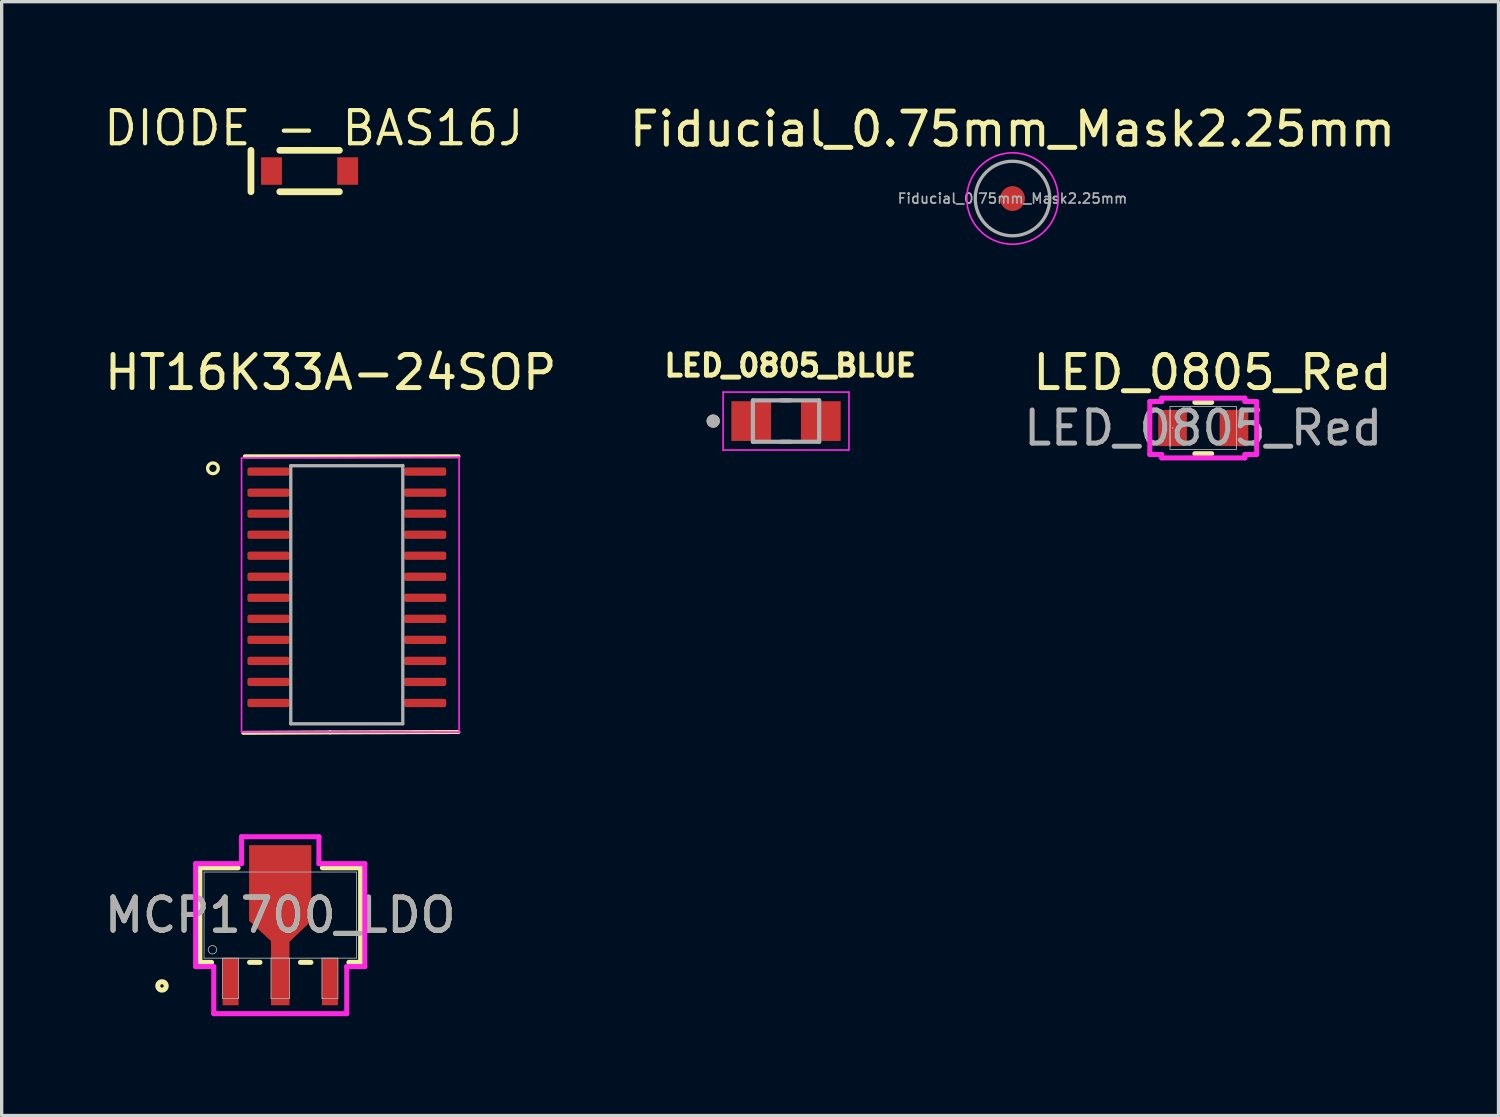
<source format=kicad_pcb>
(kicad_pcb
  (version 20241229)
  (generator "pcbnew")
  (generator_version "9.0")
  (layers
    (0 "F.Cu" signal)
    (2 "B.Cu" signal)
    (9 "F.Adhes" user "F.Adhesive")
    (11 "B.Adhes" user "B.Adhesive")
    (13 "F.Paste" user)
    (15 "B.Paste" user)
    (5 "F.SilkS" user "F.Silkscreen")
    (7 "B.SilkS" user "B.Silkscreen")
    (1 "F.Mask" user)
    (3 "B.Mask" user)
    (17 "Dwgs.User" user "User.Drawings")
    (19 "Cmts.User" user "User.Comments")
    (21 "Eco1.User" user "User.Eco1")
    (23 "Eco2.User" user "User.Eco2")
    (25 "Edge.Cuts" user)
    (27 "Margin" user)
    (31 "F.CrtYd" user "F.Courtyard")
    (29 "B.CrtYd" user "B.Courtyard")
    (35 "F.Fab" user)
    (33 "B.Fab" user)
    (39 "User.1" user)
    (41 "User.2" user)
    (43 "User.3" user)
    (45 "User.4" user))
  (footprint "Fiducial_0.75mm_Mask2.25mm"
    (layer "F.Cu")
    (at 27.52 2.944)
    (property "Reference" "Fiducial_0.75mm_Mask2.25mm" (at 0 -2.095 0) (layer "F.SilkS") (effects (font (size 1 1) (thickness 0.15))))
    (attr smd)
    (fp_circle (center 0 0) (end 1.38 0) (stroke (width 0.05) (type solid)) (fill no) (layer "F.CrtYd"))
    (fp_circle (center 0 0) (end 1.125 0) (stroke (width 0.1) (type solid)) (fill no) (layer "F.Fab"))
    (fp_text user "${REFERENCE}" (at 0 0 0) (layer "F.Fab") (effects (font (size 0.3 0.3) (thickness 0.05))))
    (pad "" smd circle (at 0 0) (size 0.75 0.75) (layers "F.Cu" "F.Mask")))
  (footprint "LED_0805_Red"
    (layer "F.Cu")
    (at 33.279 9.873)
    (property "Reference" "LED_0805_Red" (at 0.279 -1.676 0) (unlocked yes) (layer "F.SilkS") (effects (font (size 1 1) (thickness 0.15))))
    (attr smd)
    (fp_line (start -0.254 0.775) (end 0.254 0.775) (stroke (width 0.152) (type solid)) (layer "F.SilkS"))
    (fp_line (start 0.254 -0.775) (end -0.254 -0.775) (stroke (width 0.152) (type solid)) (layer "F.SilkS"))
    (fp_line (start -1.613 -0.8) (end -1.257 -0.8) (stroke (width 0.152) (type solid)) (layer "F.CrtYd"))
    (fp_line (start -1.613 0.8) (end -1.613 -0.8) (stroke (width 0.152) (type solid)) (layer "F.CrtYd"))
    (fp_line (start -1.257 -0.902) (end 1.257 -0.902) (stroke (width 0.152) (type solid)) (layer "F.CrtYd"))
    (fp_line (start -1.257 -0.8) (end -1.257 -0.902) (stroke (width 0.152) (type solid)) (layer "F.CrtYd"))
    (fp_line (start -1.257 0.8) (end -1.613 0.8) (stroke (width 0.152) (type solid)) (layer "F.CrtYd"))
    (fp_line (start -1.257 0.902) (end -1.257 0.8) (stroke (width 0.152) (type solid)) (layer "F.CrtYd"))
    (fp_line (start 1.257 -0.902) (end 1.257 -0.8) (stroke (width 0.152) (type solid)) (layer "F.CrtYd"))
    (fp_line (start 1.257 -0.8) (end 1.613 -0.8) (stroke (width 0.152) (type solid)) (layer "F.CrtYd"))
    (fp_line (start 1.257 0.8) (end 1.257 0.902) (stroke (width 0.152) (type solid)) (layer "F.CrtYd"))
    (fp_line (start 1.257 0.902) (end -1.257 0.902) (stroke (width 0.152) (type solid)) (layer "F.CrtYd"))
    (fp_line (start 1.613 -0.8) (end 1.613 0.8) (stroke (width 0.152) (type solid)) (layer "F.CrtYd"))
    (fp_line (start 1.613 0.8) (end 1.257 0.8) (stroke (width 0.152) (type solid)) (layer "F.CrtYd"))
    (fp_line (start -1.003 -0.648) (end -1.003 0.648) (stroke (width 0.025) (type solid)) (layer "F.Fab"))
    (fp_line (start -1.003 -0.546) (end -1.003 -0.546) (stroke (width 0.025) (type solid)) (layer "F.Fab"))
    (fp_line (start -1.003 -0.546) (end -1.003 0.546) (stroke (width 0.025) (type solid)) (layer "F.Fab"))
    (fp_line (start -1.003 0.546) (end -1.003 -0.546) (stroke (width 0.025) (type solid)) (layer "F.Fab"))
    (fp_line (start -1.003 0.546) (end -1.003 0.546) (stroke (width 0.025) (type solid)) (layer "F.Fab"))
    (fp_line (start -1.003 0.648) (end 1.003 0.648) (stroke (width 0.025) (type solid)) (layer "F.Fab"))
    (fp_line (start 1.003 -0.648) (end -1.003 -0.648) (stroke (width 0.025) (type solid)) (layer "F.Fab"))
    (fp_line (start 1.003 -0.546) (end 1.003 -0.546) (stroke (width 0.025) (type solid)) (layer "F.Fab"))
    (fp_line (start 1.003 -0.546) (end 1.003 0.546) (stroke (width 0.025) (type solid)) (layer "F.Fab"))
    (fp_line (start 1.003 0.546) (end 1.003 -0.546) (stroke (width 0.025) (type solid)) (layer "F.Fab"))
    (fp_line (start 1.003 0.546) (end 1.003 0.546) (stroke (width 0.025) (type solid)) (layer "F.Fab"))
    (fp_line (start 1.003 0.648) (end 1.003 -0.648) (stroke (width 0.025) (type solid)) (layer "F.Fab"))
    (fp_circle (center -0.927 0) (end -0.927 0) (stroke (width 0.025) (type solid)) (fill no) (layer "F.Fab"))
    (fp_text user "${REFERENCE}" (at 0 0 0) (unlocked yes) (layer "F.Fab") (effects (font (size 1 1) (thickness 0.15))))
    (pad "1" smd rect (at -0.927 0) (size 0.864 1.092) (layers "F.Cu" "F.Mask" "F.Paste"))
    (pad "2" smd rect (at 0.927 0) (size 0.864 1.092) (layers "F.Cu" "F.Mask" "F.Paste"))
    (zone (net_name "") (layer "F.Cu") (hatch full 0.508) (connect_pads) (min_thickness 0.254) (filled_areas_thickness no) (keepout (tracks not_allowed) (vias not_allowed) (pads allowed) (copperpour not_allowed) (footprints allowed)) (placement (enabled no)) (fill) (polygon (pts (xy 32.834 9.277) (xy 33.723 9.277) (xy 33.723 10.47) (xy 32.834 10.47)))))
  (footprint "DIODE - BAS16J"
    (layer "F.Cu")
    (at 6.297 2.114)
    (property "Reference" "DIODE - BAS16J" (at 0.127 -1.88 180) (layer "F.SilkS") (effects (font (size 1 1) (thickness 0.127)) (justify top)))
    (fp_line (start -1.77 -0.625) (end -1.77 0.625) (stroke (width 0.203) (type solid)) (layer "F.SilkS"))
    (fp_line (start -0.9 -0.625) (end 0.9 -0.625) (stroke (width 0.203) (type solid)) (layer "F.SilkS"))
    (fp_line (start -0.9 0.625) (end 0.9 0.625) (stroke (width 0.203) (type solid)) (layer "F.SilkS"))
    (pad "A" smd rect (at 1.15 0) (size 0.63 0.83) (layers "F.Cu" "F.Mask" "F.Paste"))
    (pad "C" smd rect (at -1.15 0) (size 0.63 0.83) (layers "F.Cu" "F.Mask" "F.Paste")))
  (footprint "HT16K33A-24SOP"
    (layer "F.Cu")
    (at 7.093 14.851)
    (property "Reference" "HT16K33A-24SOP" (at -0.159 -6.654 0) (layer "F.SilkS") (effects (font (size 1 1) (thickness 0.15))))
    (attr smd)
    (fp_line (start -0.182 4.212) (end -2.8 4.225) (stroke (width 0.12) (type solid)) (layer "F.SilkS"))
    (fp_line (start -0.182 4.212) (end 3.7 4.2) (stroke (width 0.12) (type solid)) (layer "F.SilkS"))
    (fp_line (start 3.7 -4.125) (end -2.75 -4.125) (stroke (width 0.12) (type solid)) (layer "F.SilkS"))
    (fp_circle (center -3.714 -3.762) (end -3.614 -3.637) (stroke (width 0.1) (type default)) (fill no) (layer "F.SilkS"))
    (fp_line (start -2.85 -4.075) (end -2.85 4.2) (stroke (width 0.05) (type solid)) (layer "F.CrtYd"))
    (fp_line (start -2.85 4.2) (end 3.718 4.202) (stroke (width 0.05) (type solid)) (layer "F.CrtYd"))
    (fp_line (start 3.718 -4.098) (end -2.85 -4.075) (stroke (width 0.05) (type solid)) (layer "F.CrtYd"))
    (fp_line (start 3.718 4.202) (end 3.718 -4.098) (stroke (width 0.05) (type solid)) (layer "F.CrtYd"))
    (fp_line (start -1.364 -3.84) (end 2.018 -3.84) (stroke (width 0.1) (type solid)) (layer "F.Fab"))
    (fp_line (start -1.364 3.952) (end -1.364 -3.84) (stroke (width 0.1) (type solid)) (layer "F.Fab"))
    (fp_line (start 2.018 -3.848) (end 2.018 3.952) (stroke (width 0.1) (type solid)) (layer "F.Fab"))
    (fp_line (start 2.018 3.952) (end -1.364 3.952) (stroke (width 0.1) (type solid)) (layer "F.Fab"))
    (pad "1" smd roundrect (at -2.038 -3.662) (size 1.27 0.25) (layers "F.Cu" "F.Mask" "F.Paste") (roundrect_rratio 0.25))
    (pad "2" smd roundrect (at -2.038 -3.027) (size 1.27 0.25) (layers "F.Cu" "F.Mask" "F.Paste") (roundrect_rratio 0.25))
    (pad "3" smd roundrect (at -2.038 -2.392) (size 1.27 0.25) (layers "F.Cu" "F.Mask" "F.Paste") (roundrect_rratio 0.25))
    (pad "4" smd roundrect (at -2.038 -1.757) (size 1.27 0.25) (layers "F.Cu" "F.Mask" "F.Paste") (roundrect_rratio 0.25))
    (pad "5" smd roundrect (at -2.038 -1.122) (size 1.27 0.25) (layers "F.Cu" "F.Mask" "F.Paste") (roundrect_rratio 0.25))
    (pad "6" smd roundrect (at -2.038 -0.487) (size 1.27 0.25) (layers "F.Cu" "F.Mask" "F.Paste") (roundrect_rratio 0.25))
    (pad "7" smd roundrect (at -2.038 0.148) (size 1.27 0.25) (layers "F.Cu" "F.Mask" "F.Paste") (roundrect_rratio 0.25))
    (pad "8" smd roundrect (at -2.038 0.783) (size 1.27 0.25) (layers "F.Cu" "F.Mask" "F.Paste") (roundrect_rratio 0.25))
    (pad "9" smd roundrect (at -2.038 1.418) (size 1.27 0.25) (layers "F.Cu" "F.Mask" "F.Paste") (roundrect_rratio 0.25))
    (pad "10" smd roundrect (at -2.038 2.053) (size 1.27 0.25) (layers "F.Cu" "F.Mask" "F.Paste") (roundrect_rratio 0.25))
    (pad "11" smd roundrect (at -2.038 2.688) (size 1.27 0.25) (layers "F.Cu" "F.Mask" "F.Paste") (roundrect_rratio 0.25))
    (pad "12" smd roundrect (at -2.038 3.323) (size 1.27 0.25) (layers "F.Cu" "F.Mask" "F.Paste") (roundrect_rratio 0.25))
    (pad "13" smd roundrect (at 2.696 3.323) (size 1.27 0.25) (layers "F.Cu" "F.Mask" "F.Paste") (roundrect_rratio 0.25))
    (pad "14" smd roundrect (at 2.696 2.688) (size 1.27 0.25) (layers "F.Cu" "F.Mask" "F.Paste") (roundrect_rratio 0.25))
    (pad "15" smd roundrect (at 2.696 2.053) (size 1.27 0.25) (layers "F.Cu" "F.Mask" "F.Paste") (roundrect_rratio 0.25))
    (pad "16" smd roundrect (at 2.696 1.418) (size 1.27 0.25) (layers "F.Cu" "F.Mask" "F.Paste") (roundrect_rratio 0.25))
    (pad "17" smd roundrect (at 2.696 0.783) (size 1.27 0.25) (layers "F.Cu" "F.Mask" "F.Paste") (roundrect_rratio 0.25))
    (pad "18" smd roundrect (at 2.696 0.148) (size 1.27 0.25) (layers "F.Cu" "F.Mask" "F.Paste") (roundrect_rratio 0.25))
    (pad "19" smd roundrect (at 2.696 -0.487) (size 1.27 0.25) (layers "F.Cu" "F.Mask" "F.Paste") (roundrect_rratio 0.25))
    (pad "20" smd roundrect (at 2.696 -1.122) (size 1.27 0.25) (layers "F.Cu" "F.Mask" "F.Paste") (roundrect_rratio 0.25))
    (pad "21" smd roundrect (at 2.696 -1.757) (size 1.27 0.25) (layers "F.Cu" "F.Mask" "F.Paste") (roundrect_rratio 0.25))
    (pad "22" smd roundrect (at 2.696 -2.392) (size 1.27 0.25) (layers "F.Cu" "F.Mask" "F.Paste") (roundrect_rratio 0.25))
    (pad "23" smd roundrect (at 2.696 -3.027) (size 1.27 0.25) (layers "F.Cu" "F.Mask" "F.Paste") (roundrect_rratio 0.25))
    (pad "24" smd roundrect (at 2.696 -3.662) (size 1.27 0.25) (layers "F.Cu" "F.Mask" "F.Paste") (roundrect_rratio 0.25)))
  (footprint "LED_0805_BLUE"
    (layer "F.Cu")
    (at 20.682 9.663)
    (property "Reference" "LED_0805_BLUE" (at 0.127 -1.676 0) (layer "F.SilkS") (effects (font (size 0.64 0.64) (thickness 0.15))))
    (attr smd)
    (fp_circle (center -2.2 0) (end -2.1 0) (stroke (width 0.2) (type solid)) (fill no) (layer "F.SilkS"))
    (fp_line (start -1.9 -0.875) (end 1.9 -0.875) (stroke (width 0.05) (type solid)) (layer "F.CrtYd"))
    (fp_line (start -1.9 0.875) (end -1.9 -0.875) (stroke (width 0.05) (type solid)) (layer "F.CrtYd"))
    (fp_line (start 1.9 -0.875) (end 1.9 0.875) (stroke (width 0.05) (type solid)) (layer "F.CrtYd"))
    (fp_line (start 1.9 0.875) (end -1.9 0.875) (stroke (width 0.05) (type solid)) (layer "F.CrtYd"))
    (fp_line (start -1 -0.625) (end -1 0.625) (stroke (width 0.127) (type solid)) (layer "F.Fab"))
    (fp_line (start -1 0.625) (end 1 0.625) (stroke (width 0.127) (type solid)) (layer "F.Fab"))
    (fp_line (start -0.137 -0.625) (end 0.137 -0.625) (stroke (width 0.127) (type solid)) (layer "F.Fab"))
    (fp_line (start -0.137 0.625) (end 0.137 0.625) (stroke (width 0.127) (type solid)) (layer "F.Fab"))
    (fp_line (start 1 -0.625) (end -1 -0.625) (stroke (width 0.127) (type solid)) (layer "F.Fab"))
    (fp_line (start 1 0.625) (end 1 -0.625) (stroke (width 0.127) (type solid)) (layer "F.Fab"))
    (fp_circle (center -2.2 0) (end -2.1 0) (stroke (width 0.2) (type solid)) (fill no) (layer "F.Fab"))
    (pad "A" smd rect (at 1.05 0) (size 1.2 1.2) (layers "F.Cu" "F.Mask" "F.Paste"))
    (pad "C" smd rect (at -1.05 0) (size 1.2 1.2) (layers "F.Cu" "F.Mask" "F.Paste")))
  (footprint "MCP1700_LDO"
    (layer "F.Cu")
    (at 5.411 24.579)
    (property "Reference" "MCP1700_LDO" (at 0 0 0) (unlocked yes) (layer "F.SilkS") (effects (font (size 1 1) (thickness 0.15))))
    (attr smd)
    (fp_poly (pts (xy -0.279 1.3) (xy -0.279 0.783) (xy -0.94 0.173) (xy -0.94 -2.113) (xy 0.94 -2.113) (xy 0.94 0.173) (xy 0.279 0.808) (xy 0.279 1.3)) (stroke (width 0) (type solid)) (fill yes) (layer "F.Cu"))
    (fp_poly (pts (xy -0.279 1.3) (xy -0.279 0.783) (xy -0.914 0.148) (xy -0.914 -1.96) (xy 0.914 -1.96) (xy 0.914 0.148) (xy 0.279 0.783) (xy 0.279 1.3)) (stroke (width 0) (type solid)) (fill yes) (layer "F.Mask"))
    (fp_line (start -2.427 -1.427) (end -2.427 1.427) (stroke (width 0.152) (type solid)) (layer "F.SilkS"))
    (fp_line (start -2.427 1.427) (end -2.074 1.427) (stroke (width 0.152) (type solid)) (layer "F.SilkS"))
    (fp_line (start -1.273 -1.427) (end -2.427 -1.427) (stroke (width 0.152) (type solid)) (layer "F.SilkS"))
    (fp_line (start -0.926 1.427) (end -0.612 1.427) (stroke (width 0.152) (type solid)) (layer "F.SilkS"))
    (fp_line (start 0.612 1.427) (end 0.926 1.427) (stroke (width 0.152) (type solid)) (layer "F.SilkS"))
    (fp_line (start 2.074 1.427) (end 2.427 1.427) (stroke (width 0.152) (type solid)) (layer "F.SilkS"))
    (fp_line (start 2.427 -1.427) (end 1.273 -1.427) (stroke (width 0.152) (type solid)) (layer "F.SilkS"))
    (fp_line (start 2.427 1.427) (end 2.427 -1.427) (stroke (width 0.152) (type solid)) (layer "F.SilkS"))
    (fp_circle (center -3.57 2.138) (end -3.443 2.138) (stroke (width 0.152) (type solid)) (fill no) (layer "F.SilkS"))
    (fp_poly (pts (xy -0.279 1.3) (xy -0.279 0.783) (xy -0.914 0.148) (xy -0.914 -1.96) (xy 0.914 -1.96) (xy 0.914 0.148) (xy 0.279 0.783) (xy 0.279 1.3)) (stroke (width 0) (type solid)) (fill yes) (layer "F.Paste"))
    (fp_line (start -2.554 -1.554) (end -1.168 -1.554) (stroke (width 0.152) (type solid)) (layer "F.CrtYd"))
    (fp_line (start -2.554 1.554) (end -2.554 -1.554) (stroke (width 0.152) (type solid)) (layer "F.CrtYd"))
    (fp_line (start -2.008 1.554) (end -2.554 1.554) (stroke (width 0.152) (type solid)) (layer "F.CrtYd"))
    (fp_line (start -2.008 2.976) (end -2.008 1.554) (stroke (width 0.152) (type solid)) (layer "F.CrtYd"))
    (fp_line (start -1.168 -2.367) (end 1.168 -2.367) (stroke (width 0.152) (type solid)) (layer "F.CrtYd"))
    (fp_line (start -1.168 -1.554) (end -1.168 -2.367) (stroke (width 0.152) (type solid)) (layer "F.CrtYd"))
    (fp_line (start 1.168 -2.367) (end 1.168 -1.554) (stroke (width 0.152) (type solid)) (layer "F.CrtYd"))
    (fp_line (start 1.168 -1.554) (end 2.554 -1.554) (stroke (width 0.152) (type solid)) (layer "F.CrtYd"))
    (fp_line (start 2.008 1.554) (end 2.008 2.976) (stroke (width 0.152) (type solid)) (layer "F.CrtYd"))
    (fp_line (start 2.008 2.976) (end -2.008 2.976) (stroke (width 0.152) (type solid)) (layer "F.CrtYd"))
    (fp_line (start 2.554 -1.554) (end 2.554 1.554) (stroke (width 0.152) (type solid)) (layer "F.CrtYd"))
    (fp_line (start 2.554 1.554) (end 2.008 1.554) (stroke (width 0.152) (type solid)) (layer "F.CrtYd"))
    (fp_line (start -2.3 -1.3) (end -2.3 1.3) (stroke (width 0.025) (type solid)) (layer "F.Fab"))
    (fp_line (start -2.3 1.3) (end 2.3 1.3) (stroke (width 0.025) (type solid)) (layer "F.Fab"))
    (fp_line (start -1.741 1.3) (end -1.741 2.519) (stroke (width 0.025) (type solid)) (layer "F.Fab"))
    (fp_line (start -1.741 2.519) (end -1.259 2.519) (stroke (width 0.025) (type solid)) (layer "F.Fab"))
    (fp_line (start -1.259 1.3) (end -1.741 1.3) (stroke (width 0.025) (type solid)) (layer "F.Fab"))
    (fp_line (start -1.259 2.519) (end -1.259 1.3) (stroke (width 0.025) (type solid)) (layer "F.Fab"))
    (fp_line (start -0.279 1.3) (end -0.279 2.519) (stroke (width 0.025) (type solid)) (layer "F.Fab"))
    (fp_line (start -0.279 2.519) (end 0.279 2.519) (stroke (width 0.025) (type solid)) (layer "F.Fab"))
    (fp_line (start 0.279 1.3) (end -0.279 1.3) (stroke (width 0.025) (type solid)) (layer "F.Fab"))
    (fp_line (start 0.279 2.519) (end 0.279 1.3) (stroke (width 0.025) (type solid)) (layer "F.Fab"))
    (fp_line (start 1.259 1.3) (end 1.259 2.519) (stroke (width 0.025) (type solid)) (layer "F.Fab"))
    (fp_line (start 1.259 2.519) (end 1.741 2.519) (stroke (width 0.025) (type solid)) (layer "F.Fab"))
    (fp_line (start 1.741 1.3) (end 1.259 1.3) (stroke (width 0.025) (type solid)) (layer "F.Fab"))
    (fp_line (start 1.741 2.519) (end 1.741 1.3) (stroke (width 0.025) (type solid)) (layer "F.Fab"))
    (fp_line (start 2.3 -1.3) (end -2.3 -1.3) (stroke (width 0.025) (type solid)) (layer "F.Fab"))
    (fp_line (start 2.3 1.3) (end 2.3 -1.3) (stroke (width 0.025) (type solid)) (layer "F.Fab"))
    (fp_circle (center -2.046 1.046) (end -1.919 1.046) (stroke (width 0.025) (type solid)) (fill no) (layer "F.Fab"))
    (fp_text user "${REFERENCE}" (at 0 0 0) (unlocked yes) (layer "F.Fab") (effects (font (size 1 1) (thickness 0.15))))
    (pad "1" smd rect (at -1.5 2.011) (size 0.483 1.422) (layers "F.Cu" "F.Mask" "F.Paste"))
    (pad "2" smd rect (at 0 2.011) (size 0.559 1.422) (layers "F.Cu" "F.Mask" "F.Paste"))
    (pad "3" smd rect (at 1.5 2.011) (size 0.483 1.422) (layers "F.Cu" "F.Mask" "F.Paste")))
  (gr_rect
    (start -3 -3)
    (end 42.193 30.631)
    (stroke (width 0.1) (type default))
    (fill no)
    (layer "Edge.Cuts")))
</source>
